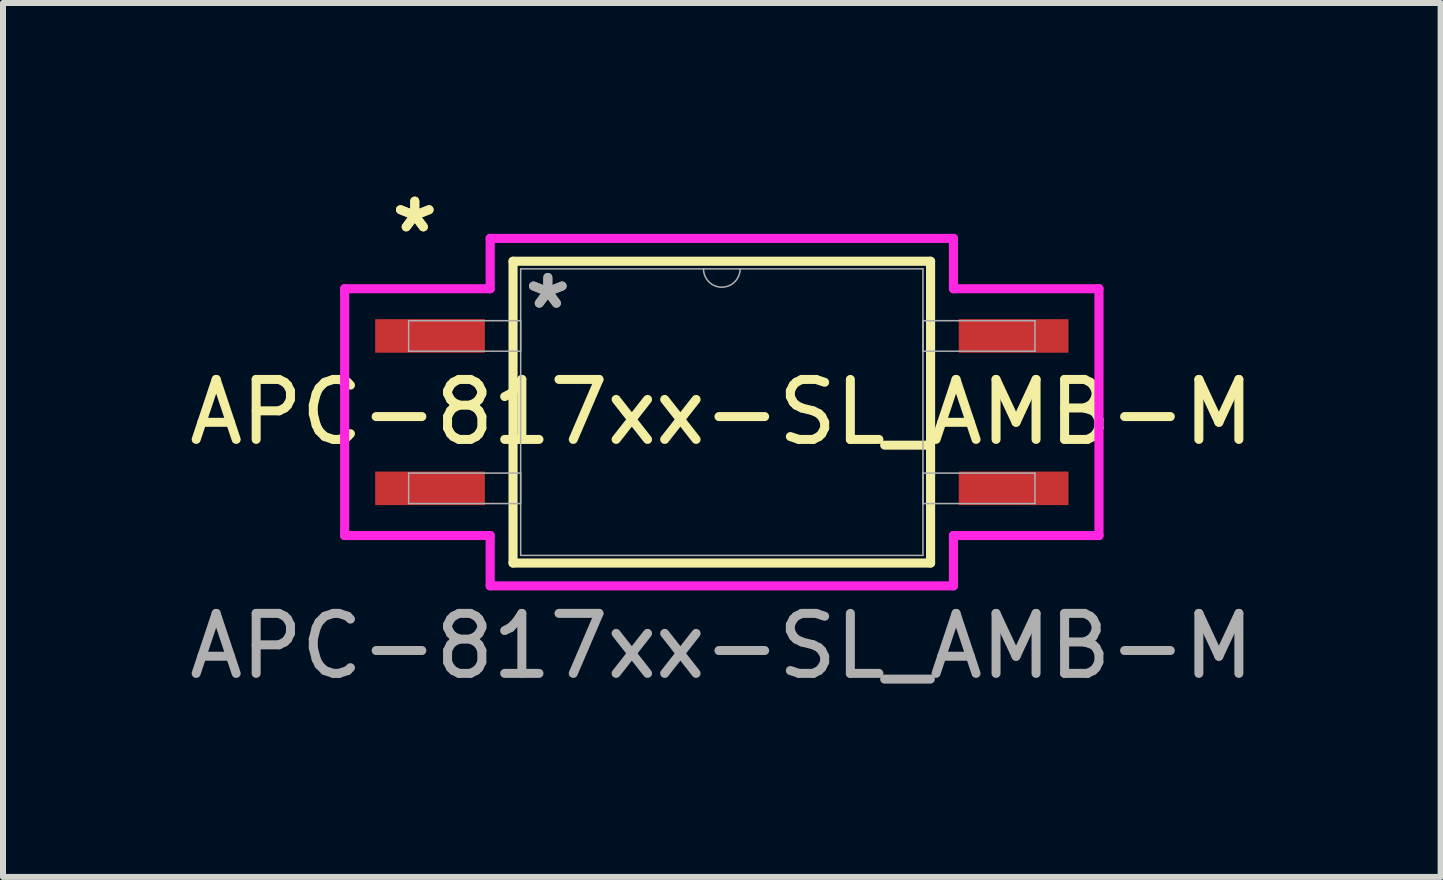
<source format=kicad_pcb>
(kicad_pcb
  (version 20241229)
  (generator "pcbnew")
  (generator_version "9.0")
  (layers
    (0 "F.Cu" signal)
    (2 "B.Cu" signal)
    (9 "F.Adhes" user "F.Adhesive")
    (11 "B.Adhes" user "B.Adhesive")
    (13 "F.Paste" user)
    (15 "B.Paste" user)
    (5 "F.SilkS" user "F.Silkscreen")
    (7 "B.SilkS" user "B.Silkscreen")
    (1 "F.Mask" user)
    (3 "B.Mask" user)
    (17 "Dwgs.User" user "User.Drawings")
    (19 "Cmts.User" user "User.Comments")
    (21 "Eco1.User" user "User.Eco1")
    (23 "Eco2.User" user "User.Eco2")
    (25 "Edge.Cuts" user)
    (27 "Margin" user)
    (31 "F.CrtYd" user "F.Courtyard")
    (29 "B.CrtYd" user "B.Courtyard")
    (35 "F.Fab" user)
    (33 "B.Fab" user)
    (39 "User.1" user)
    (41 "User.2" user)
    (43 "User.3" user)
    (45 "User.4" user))
  (footprint "APC-817xx-SL_AMB-M"
    (layer "F.Cu")
    (at 8.982 3.82)
    (property "Reference" "APC-817xx-SL_AMB-M" (at 0 0 0) (unlocked yes) (layer "F.SilkS") (effects (font (size 1 1) (thickness 0.15))))
    (attr smd)
    (fp_line (start -3.48 -2.515) (end -3.48 2.515) (stroke (width 0.152) (type solid)) (layer "F.SilkS"))
    (fp_line (start -3.48 2.515) (end 3.48 2.515) (stroke (width 0.152) (type solid)) (layer "F.SilkS"))
    (fp_line (start 3.48 -2.515) (end -3.48 -2.515) (stroke (width 0.152) (type solid)) (layer "F.SilkS"))
    (fp_line (start 3.48 2.515) (end 3.48 -2.515) (stroke (width 0.152) (type solid)) (layer "F.SilkS"))
    (fp_line (start -6.287 -2.057) (end -3.861 -2.057) (stroke (width 0.152) (type solid)) (layer "F.CrtYd"))
    (fp_line (start -6.287 2.057) (end -6.287 -2.057) (stroke (width 0.152) (type solid)) (layer "F.CrtYd"))
    (fp_line (start -6.287 2.057) (end -3.861 2.057) (stroke (width 0.152) (type solid)) (layer "F.CrtYd"))
    (fp_line (start -3.861 -2.896) (end 3.861 -2.896) (stroke (width 0.152) (type solid)) (layer "F.CrtYd"))
    (fp_line (start -3.861 -2.057) (end -3.861 -2.896) (stroke (width 0.152) (type solid)) (layer "F.CrtYd"))
    (fp_line (start -3.861 2.896) (end -3.861 2.057) (stroke (width 0.152) (type solid)) (layer "F.CrtYd"))
    (fp_line (start 3.861 -2.896) (end 3.861 -2.057) (stroke (width 0.152) (type solid)) (layer "F.CrtYd"))
    (fp_line (start 3.861 2.057) (end 3.861 2.896) (stroke (width 0.152) (type solid)) (layer "F.CrtYd"))
    (fp_line (start 3.861 2.896) (end -3.861 2.896) (stroke (width 0.152) (type solid)) (layer "F.CrtYd"))
    (fp_line (start 6.287 -2.057) (end 3.861 -2.057) (stroke (width 0.152) (type solid)) (layer "F.CrtYd"))
    (fp_line (start 6.287 -2.057) (end 6.287 2.057) (stroke (width 0.152) (type solid)) (layer "F.CrtYd"))
    (fp_line (start 6.287 2.057) (end 3.861 2.057) (stroke (width 0.152) (type solid)) (layer "F.CrtYd"))
    (fp_line (start -5.22 -1.524) (end -5.22 -1.016) (stroke (width 0.025) (type solid)) (layer "F.Fab"))
    (fp_line (start -5.22 -1.016) (end -3.353 -1.016) (stroke (width 0.025) (type solid)) (layer "F.Fab"))
    (fp_line (start -5.22 1.016) (end -5.22 1.524) (stroke (width 0.025) (type solid)) (layer "F.Fab"))
    (fp_line (start -5.22 1.524) (end -3.353 1.524) (stroke (width 0.025) (type solid)) (layer "F.Fab"))
    (fp_line (start -3.353 -2.388) (end -3.353 2.388) (stroke (width 0.025) (type solid)) (layer "F.Fab"))
    (fp_line (start -3.353 -1.524) (end -5.22 -1.524) (stroke (width 0.025) (type solid)) (layer "F.Fab"))
    (fp_line (start -3.353 -1.016) (end -3.353 -1.524) (stroke (width 0.025) (type solid)) (layer "F.Fab"))
    (fp_line (start -3.353 1.016) (end -5.22 1.016) (stroke (width 0.025) (type solid)) (layer "F.Fab"))
    (fp_line (start -3.353 1.524) (end -3.353 1.016) (stroke (width 0.025) (type solid)) (layer "F.Fab"))
    (fp_line (start -3.353 2.388) (end 3.353 2.388) (stroke (width 0.025) (type solid)) (layer "F.Fab"))
    (fp_line (start 3.353 -2.388) (end -3.353 -2.388) (stroke (width 0.025) (type solid)) (layer "F.Fab"))
    (fp_line (start 3.353 -1.524) (end 3.353 -1.016) (stroke (width 0.025) (type solid)) (layer "F.Fab"))
    (fp_line (start 3.353 -1.016) (end 5.22 -1.016) (stroke (width 0.025) (type solid)) (layer "F.Fab"))
    (fp_line (start 3.353 1.016) (end 3.353 1.524) (stroke (width 0.025) (type solid)) (layer "F.Fab"))
    (fp_line (start 3.353 1.524) (end 5.22 1.524) (stroke (width 0.025) (type solid)) (layer "F.Fab"))
    (fp_line (start 3.353 2.388) (end 3.353 -2.388) (stroke (width 0.025) (type solid)) (layer "F.Fab"))
    (fp_line (start 5.22 -1.524) (end 3.353 -1.524) (stroke (width 0.025) (type solid)) (layer "F.Fab"))
    (fp_line (start 5.22 -1.016) (end 5.22 -1.524) (stroke (width 0.025) (type solid)) (layer "F.Fab"))
    (fp_line (start 5.22 1.016) (end 3.353 1.016) (stroke (width 0.025) (type solid)) (layer "F.Fab"))
    (fp_line (start 5.22 1.524) (end 5.22 1.016) (stroke (width 0.025) (type solid)) (layer "F.Fab"))
    (fp_arc (start 0.3048 -2.3876) (mid 0 -2.0828) (end -0.3048 -2.3876) (stroke (width 0.0254) (type solid)) (layer "F.Fab"))
    (fp_text user "*" (at -5.118 -2.972 0) (layer "F.SilkS") (effects (font (size 1 1) (thickness 0.15))))
    (fp_text user "*" (at -5.118 -2.972 0) (unlocked yes) (layer "F.SilkS") (effects (font (size 1 1) (thickness 0.15))))
    (fp_text user "*" (at -2.9 -1.7 0) (unlocked yes) (layer "F.Fab") (effects (font (size 1 1) (thickness 0.15))))
    (fp_text user "*" (at -2.9 -1.7 0) (layer "F.Fab") (effects (font (size 1 1) (thickness 0.15))))
    (fp_text user "${REFERENCE}" (at 0 3.9 0) (unlocked yes) (layer "F.Fab") (effects (font (size 1 1) (thickness 0.15))))
    (pad "1" smd rect (at -4.864 -1.27) (size 1.829 0.559) (layers "F.Cu" "F.Mask" "F.Paste"))
    (pad "2" smd rect (at -4.864 1.27) (size 1.829 0.559) (layers "F.Cu" "F.Mask" "F.Paste"))
    (pad "3" smd rect (at 4.864 1.27) (size 1.829 0.559) (layers "F.Cu" "F.Mask" "F.Paste"))
    (pad "4" smd rect (at 4.864 -1.27) (size 1.829 0.559) (layers "F.Cu" "F.Mask" "F.Paste")))
  (gr_rect
    (start -3 -3)
    (end 20.964 11.568)
    (stroke (width 0.1) (type default))
    (fill no)
    (layer "Edge.Cuts")))
</source>
